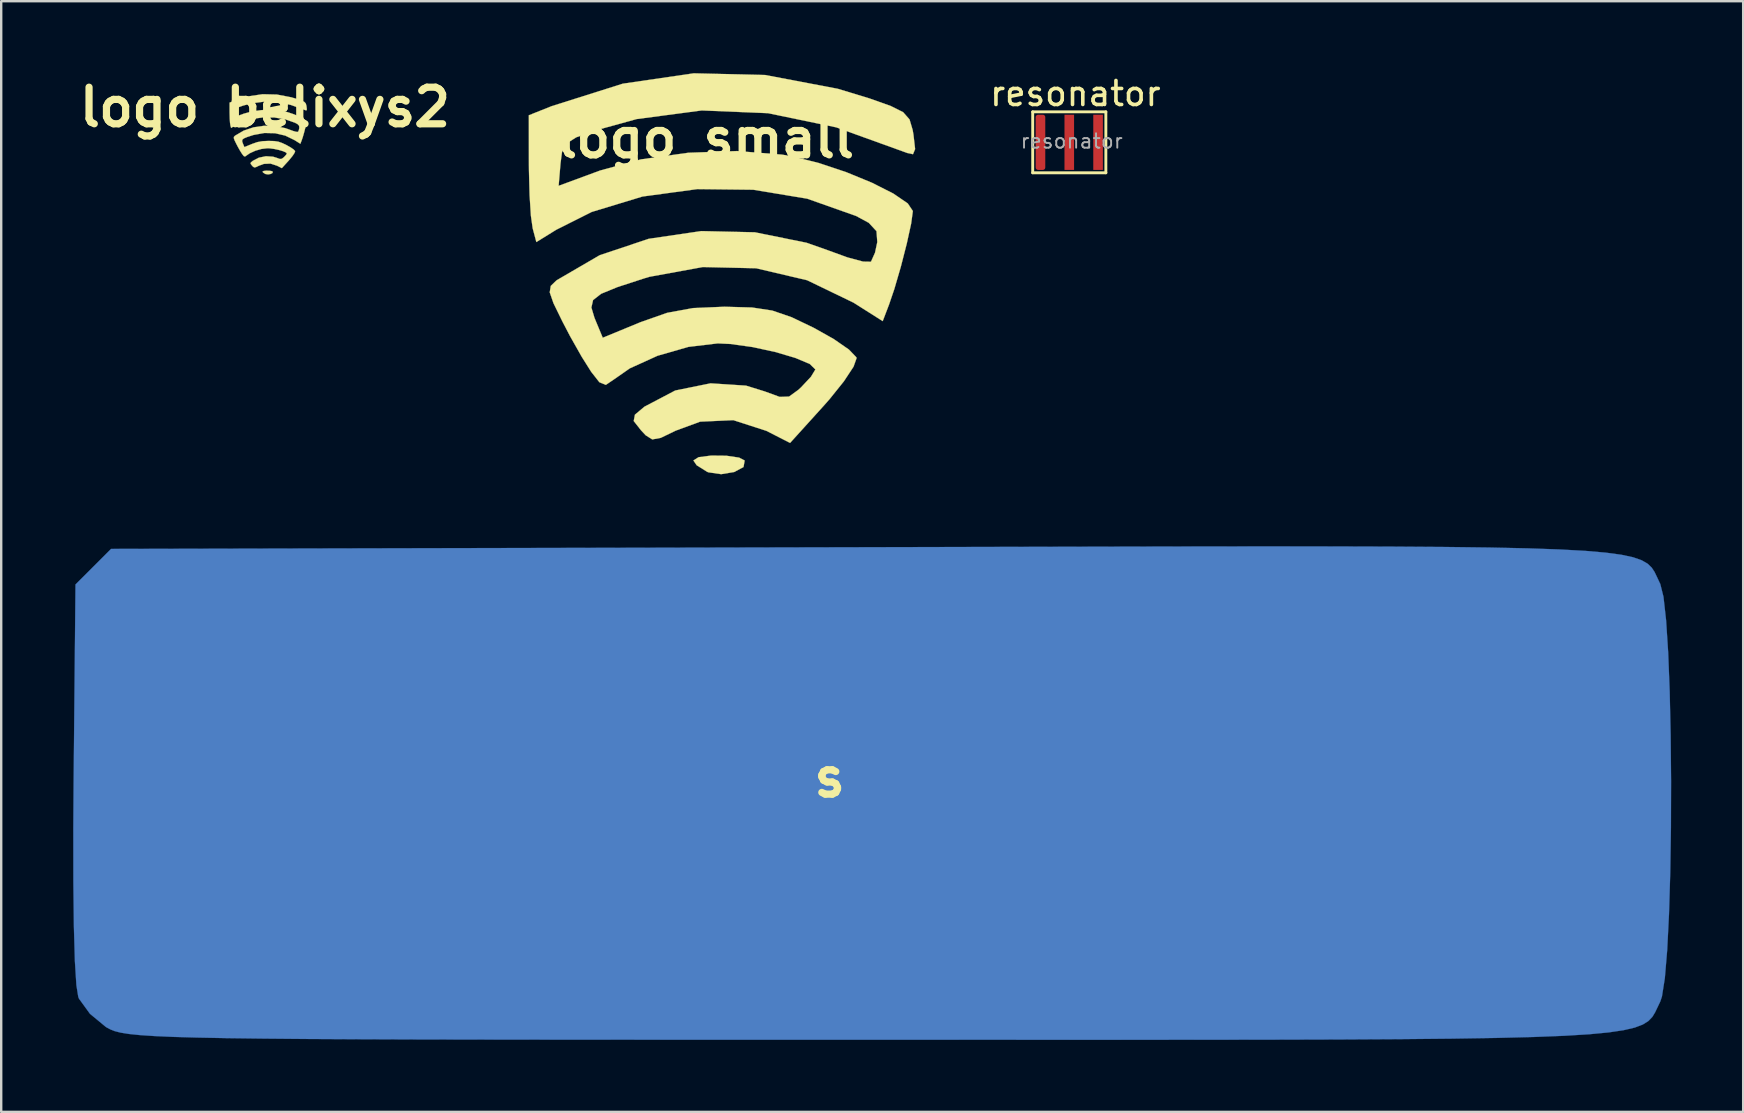
<source format=kicad_pcb>
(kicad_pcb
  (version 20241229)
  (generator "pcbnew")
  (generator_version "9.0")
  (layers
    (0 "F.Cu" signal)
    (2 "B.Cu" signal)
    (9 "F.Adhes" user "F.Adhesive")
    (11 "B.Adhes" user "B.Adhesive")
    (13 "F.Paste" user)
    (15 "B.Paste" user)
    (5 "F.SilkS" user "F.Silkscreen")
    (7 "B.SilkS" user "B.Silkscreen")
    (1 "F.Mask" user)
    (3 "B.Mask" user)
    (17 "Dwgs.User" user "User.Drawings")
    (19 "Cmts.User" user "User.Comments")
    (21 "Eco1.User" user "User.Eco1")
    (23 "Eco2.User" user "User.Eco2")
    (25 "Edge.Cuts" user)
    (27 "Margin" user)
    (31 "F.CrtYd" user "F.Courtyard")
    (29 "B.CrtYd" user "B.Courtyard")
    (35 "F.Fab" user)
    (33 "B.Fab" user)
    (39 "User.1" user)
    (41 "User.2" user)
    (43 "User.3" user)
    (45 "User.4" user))
  (footprint "resonator"
    (layer "F.Cu")
    (at 41.505 2.88)
    (property "Reference" "resonator" (at 0.254 -2.032 0) (layer "F.SilkS") (effects (font (size 1 1) (thickness 0.15))))
    (fp_line (start -1.524 -1.27) (end 1.524 -1.27) (stroke (width 0.12) (type solid)) (layer "F.SilkS"))
    (fp_line (start -1.524 1.27) (end -1.524 -1.27) (stroke (width 0.12) (type solid)) (layer "F.SilkS"))
    (fp_line (start 1.524 -1.27) (end 1.524 1.27) (stroke (width 0.12) (type solid)) (layer "F.SilkS"))
    (fp_line (start 1.524 1.27) (end -1.524 1.27) (stroke (width 0.12) (type solid)) (layer "F.SilkS"))
    (fp_text user "${REFERENCE}" (at 0.1 -0.05 0) (layer "F.Fab") (effects (font (size 0.6 0.6) (thickness 0.08))))
    (pad "1" smd roundrect (at -1.2 0) (size 0.4 2.3) (layers "F.Cu" "F.Mask" "F.Paste") (roundrect_rratio 0.25))
    (pad "2" smd rect (at 0 0) (size 0.4 2.3) (layers "F.Cu" "F.Mask" "F.Paste"))
    (pad "3" smd rect (at 1.2 0) (size 0.4 2.3) (layers "F.Cu" "F.Mask" "F.Paste")))
  (footprint "logo small"
    (layer "F.Cu")
    (at 26.351 2.714)
    (property "Reference" "logo small" (at 0 0 0) (layer "F.SilkS") (effects (font (size 1.524 1.524) (thickness 0.3))))
    (attr through_hole)
    (fp_poly (pts (xy 0.861 13.225) (xy 1.396 13.304) (xy 1.628 13.425) (xy 1.58 13.696) (xy 1.196 13.903) (xy 0.65 13.994) (xy 0.114 13.916) (xy 0.064 13.895) (xy -0.373 13.622) (xy -0.508 13.423) (xy -0.29 13.285) (xy 0.233 13.219) (xy 0.861 13.225)) (stroke (width 0.01) (type solid)) (fill yes) (layer "F.SilkS"))
    (fp_poly (pts (xy 2.484 -2.638) (xy 5.506 -2.065) (xy 6.831 -1.662) (xy 7.716 -1.347) (xy 8.233 -1.088) (xy 8.498 -0.786) (xy 8.628 -0.348) (xy 8.661 -0.155) (xy 8.73 0.448) (xy 8.642 0.662) (xy 8.408 0.612) (xy 5.442 -0.458) (xy 2.6 -1.048) (xy -0.159 -1.162) (xy -2.872 -0.803) (xy -4.615 -0.322) (xy -5.391 -0.041) (xy -5.806 0.22) (xy -5.985 0.583) (xy -6.046 1.053) (xy -6.124 1.979) (xy -4.395 1.341) (xy -2.691 0.876) (xy -0.719 0.601) (xy 1.311 0.53) (xy 3.187 0.679) (xy 3.597 0.75) (xy 4.716 1.028) (xy 5.863 1.411) (xy 6.933 1.851) (xy 7.821 2.3) (xy 8.424 2.712) (xy 8.636 3.029) (xy 8.566 3.548) (xy 8.384 4.379) (xy 8.136 5.347) (xy 7.864 6.279) (xy 7.646 6.92) (xy 7.38 7.617) (xy 6.166 6.848) (xy 4.229 5.912) (xy 2.106 5.414) (xy -0.115 5.363) (xy -2.344 5.77) (xy -2.577 5.841) (xy -3.671 6.197) (xy -4.351 6.476) (xy -4.689 6.739) (xy -4.759 7.05) (xy -4.634 7.469) (xy -4.597 7.561) (xy -4.286 8.31) (xy -2.715 7.662) (xy -1.603 7.271) (xy -0.525 7.073) (xy 0.781 7.017) (xy 0.824 7.018) (xy 1.937 7.049) (xy 2.779 7.177) (xy 3.587 7.455) (xy 4.504 7.894) (xy 5.339 8.363) (xy 5.971 8.801) (xy 6.281 9.123) (xy 6.292 9.156) (xy 6.165 9.514) (xy 5.763 10.124) (xy 5.162 10.872) (xy 4.944 11.119) (xy 3.52 12.692) (xy 2.532 12.188) (xy 1.154 11.743) (xy -0.229 11.806) (xy -1.25 12.182) (xy -1.869 12.481) (xy -2.222 12.546) (xy -2.496 12.374) (xy -2.694 12.162) (xy -2.995 11.779) (xy -2.945 11.515) (xy -2.548 11.182) (xy -1.265 10.508) (xy 0.206 10.209) (xy 1.686 10.305) (xy 2.463 10.546) (xy 3.086 10.774) (xy 3.477 10.76) (xy 3.867 10.478) (xy 3.979 10.374) (xy 4.391 9.934) (xy 4.572 9.635) (xy 4.572 9.628) (xy 4.342 9.403) (xy 3.741 9.15) (xy 2.902 8.902) (xy 1.957 8.697) (xy 1.039 8.569) (xy 0.508 8.544) (xy -0.711 8.689) (xy -2.001 9.059) (xy -3.156 9.583) (xy -3.837 10.057) (xy -4.156 10.273) (xy -4.426 10.163) (xy -4.766 9.73) (xy -5.163 9.1) (xy -5.649 8.24) (xy -5.964 7.637) (xy -6.339 6.869) (xy -6.495 6.417) (xy -6.451 6.149) (xy -6.224 5.93) (xy -6.187 5.903) (xy -4.414 4.871) (xy -2.373 4.187) (xy -0.18 3.865) (xy 2.053 3.915) (xy 4.21 4.352) (xy 5.074 4.657) (xy 5.913 4.962) (xy 6.562 5.136) (xy 6.888 5.142) (xy 6.893 5.137) (xy 7.06 4.764) (xy 7.154 4.323) (xy 7.121 3.868) (xy 6.8 3.521) (xy 6.271 3.235) (xy 4.232 2.514) (xy 1.986 2.142) (xy -0.343 2.115) (xy -2.63 2.425) (xy -4.748 3.068) (xy -6.219 3.807) (xy -7.052 4.322) (xy -7.205 3.749) (xy -7.279 3.228) (xy -7.334 2.367) (xy -7.361 1.332) (xy -7.363 1.107) (xy -7.366 -0.961) (xy -6.413 -1.341) (xy -3.451 -2.277) (xy -0.494 -2.709) (xy 2.484 -2.638)) (stroke (width 0.01) (type solid)) (fill yes) (layer "F.SilkS")))
  (footprint "s"
    (layer "F.Cu")
    (at 31.521 29.352)
    (property "Reference" "s" (at 0 0 0) (layer "F.SilkS") (effects (font (size 1.524 1.524) (thickness 0.3))))
    (attr through_hole)
    (fp_poly (pts (xy 20.78 -9.633) (xy 23.378 -9.626) (xy 25.612 -9.611) (xy 27.512 -9.587) (xy 29.105 -9.553) (xy 30.421 -9.507) (xy 31.487 -9.448) (xy 32.333 -9.375) (xy 32.986 -9.287) (xy 33.477 -9.182) (xy 33.832 -9.058) (xy 34.081 -8.915) (xy 34.252 -8.751) (xy 34.374 -8.565) (xy 34.474 -8.356) (xy 34.583 -8.122) (xy 34.61 -8.069) (xy 34.743 -7.537) (xy 34.852 -6.557) (xy 34.939 -5.213) (xy 35.002 -3.592) (xy 35.042 -1.778) (xy 35.06 0.142) (xy 35.054 2.084) (xy 35.025 3.962) (xy 34.973 5.69) (xy 34.898 7.184) (xy 34.8 8.356) (xy 34.679 9.123) (xy 34.61 9.328) (xy 34.496 9.567) (xy 34.394 9.781) (xy 34.278 9.972) (xy 34.117 10.14) (xy 33.883 10.287) (xy 33.547 10.415) (xy 33.081 10.524) (xy 32.455 10.617) (xy 31.642 10.694) (xy 30.613 10.757) (xy 29.338 10.807) (xy 27.789 10.846) (xy 25.937 10.876) (xy 23.754 10.897) (xy 21.211 10.911) (xy 18.279 10.919) (xy 14.93 10.923) (xy 11.134 10.924) (xy 6.864 10.923) (xy 2.089 10.922) (xy 1.675 10.922) (xy -3.048 10.922) (xy -7.265 10.921) (xy -11.007 10.919) (xy -14.303 10.915) (xy -17.182 10.91) (xy -19.673 10.901) (xy -21.807 10.89) (xy -23.613 10.874) (xy -25.12 10.855) (xy -26.358 10.831) (xy -27.357 10.803) (xy -28.145 10.768) (xy -28.753 10.727) (xy -29.209 10.68) (xy -29.544 10.626) (xy -29.787 10.564) (xy -29.967 10.494) (xy -30.115 10.416) (xy -30.162 10.387) (xy -30.822 9.842) (xy -31.278 9.213) (xy -31.309 9.14) (xy -31.388 8.647) (xy -31.45 7.658) (xy -31.492 6.21) (xy -31.514 4.341) (xy -31.516 2.091) (xy -31.503 0.189) (xy -31.425 -8.048) (xy -30.684 -8.789) (xy -29.943 -9.53) (xy 1.34 -9.6) (xy 6.183 -9.612) (xy 10.52 -9.622) (xy 14.38 -9.63) (xy 17.79 -9.634) (xy 20.78 -9.633)) (stroke (width 0.01) (type solid)) (fill yes) (layer "B.Cu")))
  (footprint "logo belixys2"
    (layer "F.Cu")
    (at 7.99 1.418)
    (property "Reference" "logo belixys2" (at 0 0 0) (layer "F.SilkS") (effects (font (size 1.524 1.524) (thickness 0.3))))
    (attr through_hole)
    (fp_poly (pts (xy 0.172 2.645) (xy 0.279 2.661) (xy 0.326 2.685) (xy 0.316 2.739) (xy 0.239 2.781) (xy 0.13 2.799) (xy 0.023 2.783) (xy 0.013 2.779) (xy -0.075 2.724) (xy -0.102 2.685) (xy -0.058 2.657) (xy 0.047 2.644) (xy 0.172 2.645)) (stroke (width 0.01) (type solid)) (fill yes) (layer "F.SilkS"))
    (fp_poly (pts (xy 0.497 -0.528) (xy 1.101 -0.413) (xy 1.366 -0.332) (xy 1.543 -0.269) (xy 1.647 -0.218) (xy 1.7 -0.157) (xy 1.726 -0.07) (xy 1.732 -0.031) (xy 1.746 0.09) (xy 1.728 0.132) (xy 1.682 0.122) (xy 1.088 -0.092) (xy 0.52 -0.21) (xy -0.032 -0.232) (xy -0.574 -0.161) (xy -0.923 -0.064) (xy -1.078 -0.008) (xy -1.161 0.044) (xy -1.197 0.117) (xy -1.209 0.211) (xy -1.225 0.396) (xy -0.879 0.268) (xy -0.538 0.175) (xy -0.144 0.12) (xy 0.262 0.106) (xy 0.637 0.136) (xy 0.719 0.15) (xy 0.943 0.206) (xy 1.173 0.282) (xy 1.387 0.37) (xy 1.564 0.46) (xy 1.685 0.542) (xy 1.727 0.606) (xy 1.713 0.71) (xy 1.677 0.876) (xy 1.627 1.069) (xy 1.573 1.256) (xy 1.529 1.384) (xy 1.476 1.523) (xy 1.233 1.37) (xy 0.846 1.182) (xy 0.421 1.083) (xy -0.023 1.073) (xy -0.469 1.154) (xy -0.515 1.168) (xy -0.734 1.239) (xy -0.87 1.295) (xy -0.938 1.348) (xy -0.952 1.41) (xy -0.927 1.494) (xy -0.919 1.512) (xy -0.857 1.662) (xy -0.543 1.532) (xy -0.321 1.454) (xy -0.105 1.415) (xy 0.156 1.403) (xy 0.165 1.404) (xy 0.387 1.41) (xy 0.556 1.435) (xy 0.717 1.491) (xy 0.901 1.579) (xy 1.068 1.673) (xy 1.194 1.76) (xy 1.256 1.825) (xy 1.258 1.831) (xy 1.233 1.903) (xy 1.153 2.025) (xy 1.032 2.174) (xy 0.989 2.224) (xy 0.704 2.538) (xy 0.506 2.438) (xy 0.231 2.349) (xy -0.046 2.361) (xy -0.25 2.436) (xy -0.374 2.496) (xy -0.444 2.509) (xy -0.499 2.475) (xy -0.539 2.432) (xy -0.599 2.356) (xy -0.589 2.303) (xy -0.51 2.236) (xy -0.253 2.102) (xy 0.041 2.042) (xy 0.337 2.061) (xy 0.493 2.109) (xy 0.617 2.155) (xy 0.695 2.152) (xy 0.773 2.096) (xy 0.796 2.075) (xy 0.878 1.987) (xy 0.914 1.927) (xy 0.914 1.926) (xy 0.868 1.881) (xy 0.748 1.83) (xy 0.58 1.78) (xy 0.391 1.739) (xy 0.208 1.714) (xy 0.102 1.709) (xy -0.142 1.738) (xy -0.4 1.812) (xy -0.631 1.917) (xy -0.767 2.011) (xy -0.831 2.055) (xy -0.885 2.033) (xy -0.953 1.946) (xy -1.033 1.82) (xy -1.13 1.648) (xy -1.193 1.527) (xy -1.268 1.374) (xy -1.299 1.283) (xy -1.29 1.23) (xy -1.245 1.186) (xy -1.237 1.181) (xy -0.883 0.974) (xy -0.475 0.837) (xy -0.036 0.773) (xy 0.411 0.783) (xy 0.842 0.87) (xy 1.015 0.931) (xy 1.183 0.992) (xy 1.312 1.027) (xy 1.378 1.028) (xy 1.379 1.027) (xy 1.412 0.953) (xy 1.431 0.865) (xy 1.424 0.774) (xy 1.36 0.704) (xy 1.254 0.647) (xy 0.847 0.503) (xy 0.397 0.428) (xy -0.069 0.423) (xy -0.526 0.485) (xy -0.95 0.614) (xy -1.244 0.761) (xy -1.41 0.864) (xy -1.441 0.75) (xy -1.456 0.646) (xy -1.467 0.473) (xy -1.472 0.266) (xy -1.473 0.221) (xy -1.473 -0.192) (xy -1.283 -0.268) (xy -0.69 -0.455) (xy -0.099 -0.542) (xy 0.497 -0.528)) (stroke (width 0.01) (type solid)) (fill yes) (layer "F.SilkS")))
  (gr_rect
    (start -3 -3)
    (end 69.585 43.28)
    (stroke (width 0.1) (type default))
    (fill no)
    (layer "Edge.Cuts")))
</source>
